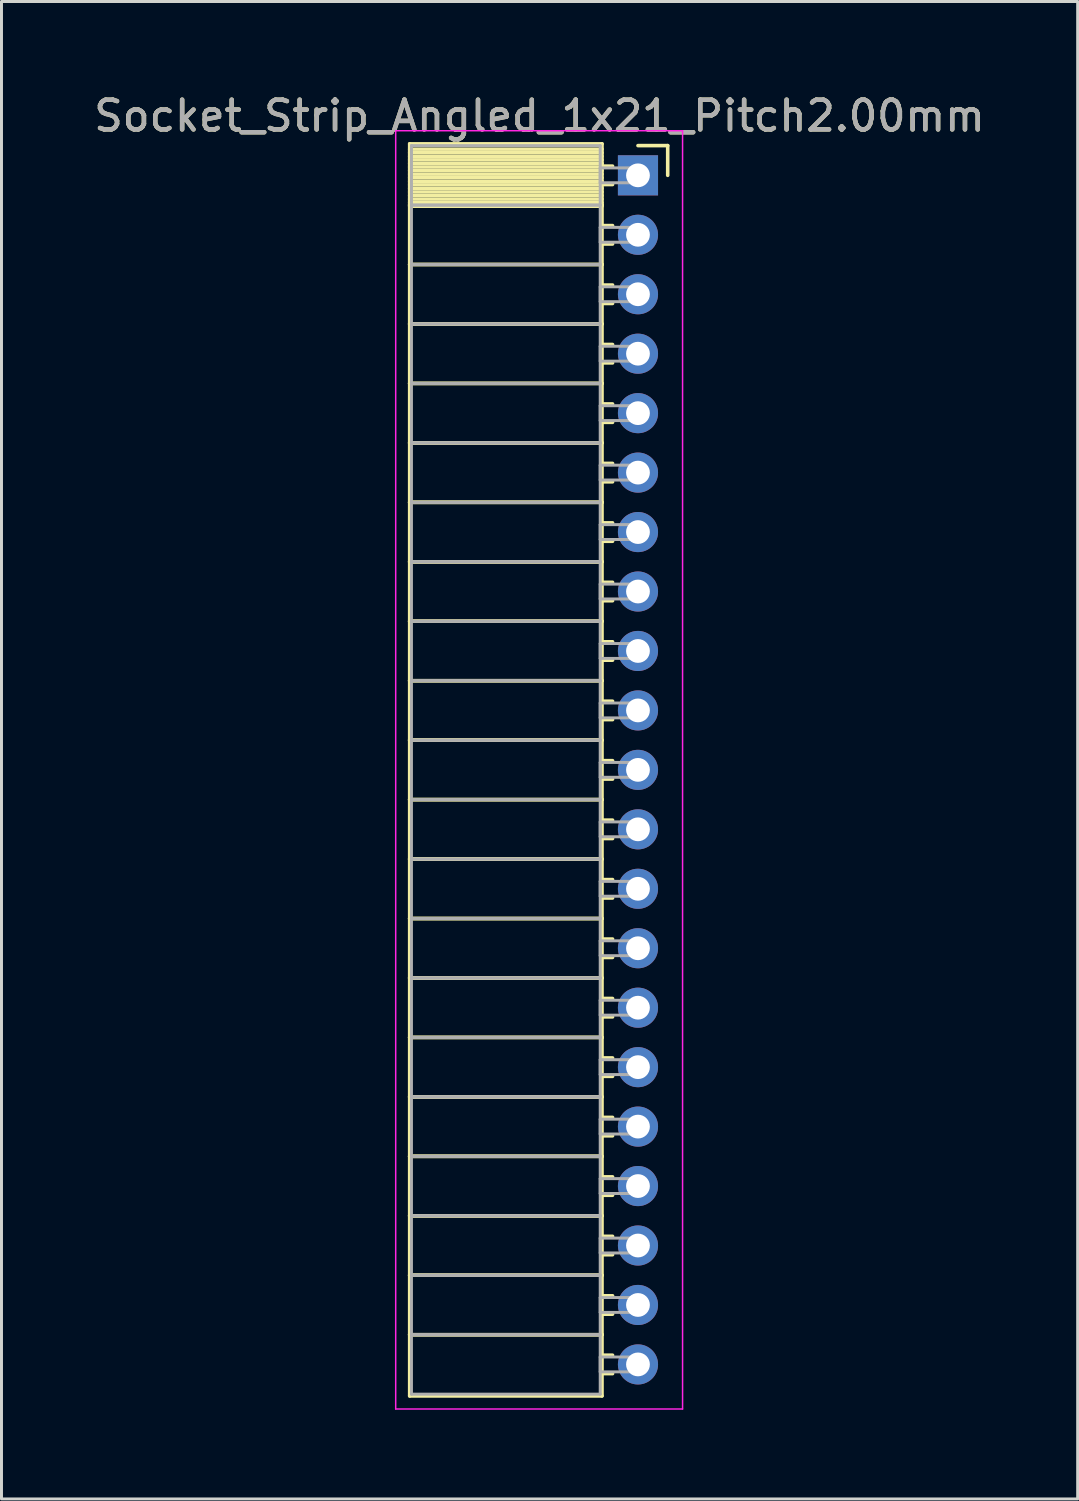
<source format=kicad_pcb>
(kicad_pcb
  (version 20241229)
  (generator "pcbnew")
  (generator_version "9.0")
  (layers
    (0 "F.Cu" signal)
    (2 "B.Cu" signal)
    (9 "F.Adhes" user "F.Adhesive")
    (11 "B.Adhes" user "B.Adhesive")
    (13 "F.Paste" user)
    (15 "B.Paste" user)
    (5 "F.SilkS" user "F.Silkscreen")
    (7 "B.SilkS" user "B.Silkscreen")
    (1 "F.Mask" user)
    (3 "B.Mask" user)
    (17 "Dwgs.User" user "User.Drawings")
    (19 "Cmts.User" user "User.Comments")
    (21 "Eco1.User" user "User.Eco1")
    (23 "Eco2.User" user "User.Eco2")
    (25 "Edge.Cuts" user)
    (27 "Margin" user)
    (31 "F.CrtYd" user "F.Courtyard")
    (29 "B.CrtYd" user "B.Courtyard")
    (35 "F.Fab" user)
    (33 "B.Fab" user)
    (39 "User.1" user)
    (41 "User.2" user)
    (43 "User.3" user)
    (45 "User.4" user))
  (footprint "Socket_Strip_Angled_1x21_Pitch2.00mm"
    (layer "F.Cu")
    (at 18.411 2.848)
    (property "Reference" "Socket_Strip_Angled_1x21_Pitch2.00mm" (at -3.31 -2 0) (layer "F.SilkS") (effects (font (size 1 1) (thickness 0.15))))
    (attr through_hole)
    (fp_line (start -7.68 -1.06) (end -1.21 -1.06) (stroke (width 0.12) (type solid)) (layer "F.SilkS"))
    (fp_line (start -7.68 1) (end -7.68 -1.06) (stroke (width 0.12) (type solid)) (layer "F.SilkS"))
    (fp_line (start -7.68 1) (end -1.21 1) (stroke (width 0.12) (type solid)) (layer "F.SilkS"))
    (fp_line (start -7.68 3) (end -7.68 1) (stroke (width 0.12) (type solid)) (layer "F.SilkS"))
    (fp_line (start -7.68 3) (end -1.21 3) (stroke (width 0.12) (type solid)) (layer "F.SilkS"))
    (fp_line (start -7.68 5) (end -7.68 3) (stroke (width 0.12) (type solid)) (layer "F.SilkS"))
    (fp_line (start -7.68 5) (end -1.21 5) (stroke (width 0.12) (type solid)) (layer "F.SilkS"))
    (fp_line (start -7.68 7) (end -7.68 5) (stroke (width 0.12) (type solid)) (layer "F.SilkS"))
    (fp_line (start -7.68 7) (end -1.21 7) (stroke (width 0.12) (type solid)) (layer "F.SilkS"))
    (fp_line (start -7.68 9) (end -7.68 7) (stroke (width 0.12) (type solid)) (layer "F.SilkS"))
    (fp_line (start -7.68 9) (end -1.21 9) (stroke (width 0.12) (type solid)) (layer "F.SilkS"))
    (fp_line (start -7.68 11) (end -7.68 9) (stroke (width 0.12) (type solid)) (layer "F.SilkS"))
    (fp_line (start -7.68 11) (end -1.21 11) (stroke (width 0.12) (type solid)) (layer "F.SilkS"))
    (fp_line (start -7.68 13) (end -7.68 11) (stroke (width 0.12) (type solid)) (layer "F.SilkS"))
    (fp_line (start -7.68 13) (end -1.21 13) (stroke (width 0.12) (type solid)) (layer "F.SilkS"))
    (fp_line (start -7.68 15) (end -7.68 13) (stroke (width 0.12) (type solid)) (layer "F.SilkS"))
    (fp_line (start -7.68 15) (end -1.21 15) (stroke (width 0.12) (type solid)) (layer "F.SilkS"))
    (fp_line (start -7.68 17) (end -7.68 15) (stroke (width 0.12) (type solid)) (layer "F.SilkS"))
    (fp_line (start -7.68 17) (end -1.21 17) (stroke (width 0.12) (type solid)) (layer "F.SilkS"))
    (fp_line (start -7.68 19) (end -7.68 17) (stroke (width 0.12) (type solid)) (layer "F.SilkS"))
    (fp_line (start -7.68 19) (end -1.21 19) (stroke (width 0.12) (type solid)) (layer "F.SilkS"))
    (fp_line (start -7.68 21) (end -7.68 19) (stroke (width 0.12) (type solid)) (layer "F.SilkS"))
    (fp_line (start -7.68 21) (end -1.21 21) (stroke (width 0.12) (type solid)) (layer "F.SilkS"))
    (fp_line (start -7.68 23) (end -7.68 21) (stroke (width 0.12) (type solid)) (layer "F.SilkS"))
    (fp_line (start -7.68 23) (end -1.21 23) (stroke (width 0.12) (type solid)) (layer "F.SilkS"))
    (fp_line (start -7.68 25) (end -7.68 23) (stroke (width 0.12) (type solid)) (layer "F.SilkS"))
    (fp_line (start -7.68 25) (end -1.21 25) (stroke (width 0.12) (type solid)) (layer "F.SilkS"))
    (fp_line (start -7.68 27) (end -7.68 25) (stroke (width 0.12) (type solid)) (layer "F.SilkS"))
    (fp_line (start -7.68 27) (end -1.21 27) (stroke (width 0.12) (type solid)) (layer "F.SilkS"))
    (fp_line (start -7.68 29) (end -7.68 27) (stroke (width 0.12) (type solid)) (layer "F.SilkS"))
    (fp_line (start -7.68 29) (end -1.21 29) (stroke (width 0.12) (type solid)) (layer "F.SilkS"))
    (fp_line (start -7.68 31) (end -7.68 29) (stroke (width 0.12) (type solid)) (layer "F.SilkS"))
    (fp_line (start -7.68 31) (end -1.21 31) (stroke (width 0.12) (type solid)) (layer "F.SilkS"))
    (fp_line (start -7.68 33) (end -7.68 31) (stroke (width 0.12) (type solid)) (layer "F.SilkS"))
    (fp_line (start -7.68 33) (end -1.21 33) (stroke (width 0.12) (type solid)) (layer "F.SilkS"))
    (fp_line (start -7.68 35) (end -7.68 33) (stroke (width 0.12) (type solid)) (layer "F.SilkS"))
    (fp_line (start -7.68 35) (end -1.21 35) (stroke (width 0.12) (type solid)) (layer "F.SilkS"))
    (fp_line (start -7.68 37) (end -7.68 35) (stroke (width 0.12) (type solid)) (layer "F.SilkS"))
    (fp_line (start -7.68 37) (end -1.21 37) (stroke (width 0.12) (type solid)) (layer "F.SilkS"))
    (fp_line (start -7.68 39) (end -7.68 37) (stroke (width 0.12) (type solid)) (layer "F.SilkS"))
    (fp_line (start -7.68 39) (end -1.21 39) (stroke (width 0.12) (type solid)) (layer "F.SilkS"))
    (fp_line (start -7.68 41.06) (end -7.68 39) (stroke (width 0.12) (type solid)) (layer "F.SilkS"))
    (fp_line (start -1.21 -1.06) (end -1.21 1) (stroke (width 0.12) (type solid)) (layer "F.SilkS"))
    (fp_line (start -1.21 -0.88) (end -7.68 -0.88) (stroke (width 0.12) (type solid)) (layer "F.SilkS"))
    (fp_line (start -1.21 -0.76) (end -7.68 -0.76) (stroke (width 0.12) (type solid)) (layer "F.SilkS"))
    (fp_line (start -1.21 -0.64) (end -7.68 -0.64) (stroke (width 0.12) (type solid)) (layer "F.SilkS"))
    (fp_line (start -1.21 -0.52) (end -7.68 -0.52) (stroke (width 0.12) (type solid)) (layer "F.SilkS"))
    (fp_line (start -1.21 -0.4) (end -7.68 -0.4) (stroke (width 0.12) (type solid)) (layer "F.SilkS"))
    (fp_line (start -1.21 -0.28) (end -7.68 -0.28) (stroke (width 0.12) (type solid)) (layer "F.SilkS"))
    (fp_line (start -1.21 -0.16) (end -7.68 -0.16) (stroke (width 0.12) (type solid)) (layer "F.SilkS"))
    (fp_line (start -1.21 -0.04) (end -7.68 -0.04) (stroke (width 0.12) (type solid)) (layer "F.SilkS"))
    (fp_line (start -1.21 0.08) (end -7.68 0.08) (stroke (width 0.12) (type solid)) (layer "F.SilkS"))
    (fp_line (start -1.21 0.2) (end -7.68 0.2) (stroke (width 0.12) (type solid)) (layer "F.SilkS"))
    (fp_line (start -1.21 0.32) (end -7.68 0.32) (stroke (width 0.12) (type solid)) (layer "F.SilkS"))
    (fp_line (start -1.21 0.44) (end -7.68 0.44) (stroke (width 0.12) (type solid)) (layer "F.SilkS"))
    (fp_line (start -1.21 0.56) (end -7.68 0.56) (stroke (width 0.12) (type solid)) (layer "F.SilkS"))
    (fp_line (start -1.21 0.68) (end -7.68 0.68) (stroke (width 0.12) (type solid)) (layer "F.SilkS"))
    (fp_line (start -1.21 0.8) (end -7.68 0.8) (stroke (width 0.12) (type solid)) (layer "F.SilkS"))
    (fp_line (start -1.21 0.92) (end -7.68 0.92) (stroke (width 0.12) (type solid)) (layer "F.SilkS"))
    (fp_line (start -1.21 1) (end -7.68 1) (stroke (width 0.12) (type solid)) (layer "F.SilkS"))
    (fp_line (start -1.21 1) (end -1.21 3) (stroke (width 0.12) (type solid)) (layer "F.SilkS"))
    (fp_line (start -1.21 1.04) (end -7.68 1.04) (stroke (width 0.12) (type solid)) (layer "F.SilkS"))
    (fp_line (start -1.21 3) (end -7.68 3) (stroke (width 0.12) (type solid)) (layer "F.SilkS"))
    (fp_line (start -1.21 3) (end -1.21 5) (stroke (width 0.12) (type solid)) (layer "F.SilkS"))
    (fp_line (start -1.21 5) (end -7.68 5) (stroke (width 0.12) (type solid)) (layer "F.SilkS"))
    (fp_line (start -1.21 5) (end -1.21 7) (stroke (width 0.12) (type solid)) (layer "F.SilkS"))
    (fp_line (start -1.21 7) (end -7.68 7) (stroke (width 0.12) (type solid)) (layer "F.SilkS"))
    (fp_line (start -1.21 7) (end -1.21 9) (stroke (width 0.12) (type solid)) (layer "F.SilkS"))
    (fp_line (start -1.21 9) (end -7.68 9) (stroke (width 0.12) (type solid)) (layer "F.SilkS"))
    (fp_line (start -1.21 9) (end -1.21 11) (stroke (width 0.12) (type solid)) (layer "F.SilkS"))
    (fp_line (start -1.21 11) (end -7.68 11) (stroke (width 0.12) (type solid)) (layer "F.SilkS"))
    (fp_line (start -1.21 11) (end -1.21 13) (stroke (width 0.12) (type solid)) (layer "F.SilkS"))
    (fp_line (start -1.21 13) (end -7.68 13) (stroke (width 0.12) (type solid)) (layer "F.SilkS"))
    (fp_line (start -1.21 13) (end -1.21 15) (stroke (width 0.12) (type solid)) (layer "F.SilkS"))
    (fp_line (start -1.21 15) (end -7.68 15) (stroke (width 0.12) (type solid)) (layer "F.SilkS"))
    (fp_line (start -1.21 15) (end -1.21 17) (stroke (width 0.12) (type solid)) (layer "F.SilkS"))
    (fp_line (start -1.21 17) (end -7.68 17) (stroke (width 0.12) (type solid)) (layer "F.SilkS"))
    (fp_line (start -1.21 17) (end -1.21 19) (stroke (width 0.12) (type solid)) (layer "F.SilkS"))
    (fp_line (start -1.21 19) (end -7.68 19) (stroke (width 0.12) (type solid)) (layer "F.SilkS"))
    (fp_line (start -1.21 19) (end -1.21 21) (stroke (width 0.12) (type solid)) (layer "F.SilkS"))
    (fp_line (start -1.21 21) (end -7.68 21) (stroke (width 0.12) (type solid)) (layer "F.SilkS"))
    (fp_line (start -1.21 21) (end -1.21 23) (stroke (width 0.12) (type solid)) (layer "F.SilkS"))
    (fp_line (start -1.21 23) (end -7.68 23) (stroke (width 0.12) (type solid)) (layer "F.SilkS"))
    (fp_line (start -1.21 23) (end -1.21 25) (stroke (width 0.12) (type solid)) (layer "F.SilkS"))
    (fp_line (start -1.21 25) (end -7.68 25) (stroke (width 0.12) (type solid)) (layer "F.SilkS"))
    (fp_line (start -1.21 25) (end -1.21 27) (stroke (width 0.12) (type solid)) (layer "F.SilkS"))
    (fp_line (start -1.21 27) (end -7.68 27) (stroke (width 0.12) (type solid)) (layer "F.SilkS"))
    (fp_line (start -1.21 27) (end -1.21 29) (stroke (width 0.12) (type solid)) (layer "F.SilkS"))
    (fp_line (start -1.21 29) (end -7.68 29) (stroke (width 0.12) (type solid)) (layer "F.SilkS"))
    (fp_line (start -1.21 29) (end -1.21 31) (stroke (width 0.12) (type solid)) (layer "F.SilkS"))
    (fp_line (start -1.21 31) (end -7.68 31) (stroke (width 0.12) (type solid)) (layer "F.SilkS"))
    (fp_line (start -1.21 31) (end -1.21 33) (stroke (width 0.12) (type solid)) (layer "F.SilkS"))
    (fp_line (start -1.21 33) (end -7.68 33) (stroke (width 0.12) (type solid)) (layer "F.SilkS"))
    (fp_line (start -1.21 33) (end -1.21 35) (stroke (width 0.12) (type solid)) (layer "F.SilkS"))
    (fp_line (start -1.21 35) (end -7.68 35) (stroke (width 0.12) (type solid)) (layer "F.SilkS"))
    (fp_line (start -1.21 35) (end -1.21 37) (stroke (width 0.12) (type solid)) (layer "F.SilkS"))
    (fp_line (start -1.21 37) (end -7.68 37) (stroke (width 0.12) (type solid)) (layer "F.SilkS"))
    (fp_line (start -1.21 37) (end -1.21 39) (stroke (width 0.12) (type solid)) (layer "F.SilkS"))
    (fp_line (start -1.21 39) (end -7.68 39) (stroke (width 0.12) (type solid)) (layer "F.SilkS"))
    (fp_line (start -1.21 39) (end -1.21 41.06) (stroke (width 0.12) (type solid)) (layer "F.SilkS"))
    (fp_line (start -1.21 41.06) (end -7.68 41.06) (stroke (width 0.12) (type solid)) (layer "F.SilkS"))
    (fp_line (start -0.855 -0.31) (end -1.21 -0.31) (stroke (width 0.12) (type solid)) (layer "F.SilkS"))
    (fp_line (start -0.855 0.31) (end -1.21 0.31) (stroke (width 0.12) (type solid)) (layer "F.SilkS"))
    (fp_line (start -0.855 1.69) (end -1.21 1.69) (stroke (width 0.12) (type solid)) (layer "F.SilkS"))
    (fp_line (start -0.855 2.31) (end -1.21 2.31) (stroke (width 0.12) (type solid)) (layer "F.SilkS"))
    (fp_line (start -0.855 3.69) (end -1.21 3.69) (stroke (width 0.12) (type solid)) (layer "F.SilkS"))
    (fp_line (start -0.855 4.31) (end -1.21 4.31) (stroke (width 0.12) (type solid)) (layer "F.SilkS"))
    (fp_line (start -0.855 5.69) (end -1.21 5.69) (stroke (width 0.12) (type solid)) (layer "F.SilkS"))
    (fp_line (start -0.855 6.31) (end -1.21 6.31) (stroke (width 0.12) (type solid)) (layer "F.SilkS"))
    (fp_line (start -0.855 7.69) (end -1.21 7.69) (stroke (width 0.12) (type solid)) (layer "F.SilkS"))
    (fp_line (start -0.855 8.31) (end -1.21 8.31) (stroke (width 0.12) (type solid)) (layer "F.SilkS"))
    (fp_line (start -0.855 9.69) (end -1.21 9.69) (stroke (width 0.12) (type solid)) (layer "F.SilkS"))
    (fp_line (start -0.855 10.31) (end -1.21 10.31) (stroke (width 0.12) (type solid)) (layer "F.SilkS"))
    (fp_line (start -0.855 11.69) (end -1.21 11.69) (stroke (width 0.12) (type solid)) (layer "F.SilkS"))
    (fp_line (start -0.855 12.31) (end -1.21 12.31) (stroke (width 0.12) (type solid)) (layer "F.SilkS"))
    (fp_line (start -0.855 13.69) (end -1.21 13.69) (stroke (width 0.12) (type solid)) (layer "F.SilkS"))
    (fp_line (start -0.855 14.31) (end -1.21 14.31) (stroke (width 0.12) (type solid)) (layer "F.SilkS"))
    (fp_line (start -0.855 15.69) (end -1.21 15.69) (stroke (width 0.12) (type solid)) (layer "F.SilkS"))
    (fp_line (start -0.855 16.31) (end -1.21 16.31) (stroke (width 0.12) (type solid)) (layer "F.SilkS"))
    (fp_line (start -0.855 17.69) (end -1.21 17.69) (stroke (width 0.12) (type solid)) (layer "F.SilkS"))
    (fp_line (start -0.855 18.31) (end -1.21 18.31) (stroke (width 0.12) (type solid)) (layer "F.SilkS"))
    (fp_line (start -0.855 19.69) (end -1.21 19.69) (stroke (width 0.12) (type solid)) (layer "F.SilkS"))
    (fp_line (start -0.855 20.31) (end -1.21 20.31) (stroke (width 0.12) (type solid)) (layer "F.SilkS"))
    (fp_line (start -0.855 21.69) (end -1.21 21.69) (stroke (width 0.12) (type solid)) (layer "F.SilkS"))
    (fp_line (start -0.855 22.31) (end -1.21 22.31) (stroke (width 0.12) (type solid)) (layer "F.SilkS"))
    (fp_line (start -0.855 23.69) (end -1.21 23.69) (stroke (width 0.12) (type solid)) (layer "F.SilkS"))
    (fp_line (start -0.855 24.31) (end -1.21 24.31) (stroke (width 0.12) (type solid)) (layer "F.SilkS"))
    (fp_line (start -0.855 25.69) (end -1.21 25.69) (stroke (width 0.12) (type solid)) (layer "F.SilkS"))
    (fp_line (start -0.855 26.31) (end -1.21 26.31) (stroke (width 0.12) (type solid)) (layer "F.SilkS"))
    (fp_line (start -0.855 27.69) (end -1.21 27.69) (stroke (width 0.12) (type solid)) (layer "F.SilkS"))
    (fp_line (start -0.855 28.31) (end -1.21 28.31) (stroke (width 0.12) (type solid)) (layer "F.SilkS"))
    (fp_line (start -0.855 29.69) (end -1.21 29.69) (stroke (width 0.12) (type solid)) (layer "F.SilkS"))
    (fp_line (start -0.855 30.31) (end -1.21 30.31) (stroke (width 0.12) (type solid)) (layer "F.SilkS"))
    (fp_line (start -0.855 31.69) (end -1.21 31.69) (stroke (width 0.12) (type solid)) (layer "F.SilkS"))
    (fp_line (start -0.855 32.31) (end -1.21 32.31) (stroke (width 0.12) (type solid)) (layer "F.SilkS"))
    (fp_line (start -0.855 33.69) (end -1.21 33.69) (stroke (width 0.12) (type solid)) (layer "F.SilkS"))
    (fp_line (start -0.855 34.31) (end -1.21 34.31) (stroke (width 0.12) (type solid)) (layer "F.SilkS"))
    (fp_line (start -0.855 35.69) (end -1.21 35.69) (stroke (width 0.12) (type solid)) (layer "F.SilkS"))
    (fp_line (start -0.855 36.31) (end -1.21 36.31) (stroke (width 0.12) (type solid)) (layer "F.SilkS"))
    (fp_line (start -0.855 37.69) (end -1.21 37.69) (stroke (width 0.12) (type solid)) (layer "F.SilkS"))
    (fp_line (start -0.855 38.31) (end -1.21 38.31) (stroke (width 0.12) (type solid)) (layer "F.SilkS"))
    (fp_line (start -0.855 39.69) (end -1.21 39.69) (stroke (width 0.12) (type solid)) (layer "F.SilkS"))
    (fp_line (start -0.855 40.31) (end -1.21 40.31) (stroke (width 0.12) (type solid)) (layer "F.SilkS"))
    (fp_line (start 0 -1) (end 1 -1) (stroke (width 0.12) (type solid)) (layer "F.SilkS"))
    (fp_line (start 1 -1) (end 1 0) (stroke (width 0.12) (type solid)) (layer "F.SilkS"))
    (fp_line (start -8.15 -1.5) (end 1.5 -1.5) (stroke (width 0.05) (type solid)) (layer "F.CrtYd"))
    (fp_line (start -8.15 41.5) (end -8.15 -1.5) (stroke (width 0.05) (type solid)) (layer "F.CrtYd"))
    (fp_line (start 1.5 -1.5) (end 1.5 41.5) (stroke (width 0.05) (type solid)) (layer "F.CrtYd"))
    (fp_line (start 1.5 41.5) (end -8.15 41.5) (stroke (width 0.05) (type solid)) (layer "F.CrtYd"))
    (fp_line (start -7.62 -1) (end -1.27 -1) (stroke (width 0.1) (type solid)) (layer "F.Fab"))
    (fp_line (start -7.62 1) (end -7.62 -1) (stroke (width 0.1) (type solid)) (layer "F.Fab"))
    (fp_line (start -7.62 1) (end -1.27 1) (stroke (width 0.1) (type solid)) (layer "F.Fab"))
    (fp_line (start -7.62 3) (end -7.62 1) (stroke (width 0.1) (type solid)) (layer "F.Fab"))
    (fp_line (start -7.62 3) (end -1.27 3) (stroke (width 0.1) (type solid)) (layer "F.Fab"))
    (fp_line (start -7.62 5) (end -7.62 3) (stroke (width 0.1) (type solid)) (layer "F.Fab"))
    (fp_line (start -7.62 5) (end -1.27 5) (stroke (width 0.1) (type solid)) (layer "F.Fab"))
    (fp_line (start -7.62 7) (end -7.62 5) (stroke (width 0.1) (type solid)) (layer "F.Fab"))
    (fp_line (start -7.62 7) (end -1.27 7) (stroke (width 0.1) (type solid)) (layer "F.Fab"))
    (fp_line (start -7.62 9) (end -7.62 7) (stroke (width 0.1) (type solid)) (layer "F.Fab"))
    (fp_line (start -7.62 9) (end -1.27 9) (stroke (width 0.1) (type solid)) (layer "F.Fab"))
    (fp_line (start -7.62 11) (end -7.62 9) (stroke (width 0.1) (type solid)) (layer "F.Fab"))
    (fp_line (start -7.62 11) (end -1.27 11) (stroke (width 0.1) (type solid)) (layer "F.Fab"))
    (fp_line (start -7.62 13) (end -7.62 11) (stroke (width 0.1) (type solid)) (layer "F.Fab"))
    (fp_line (start -7.62 13) (end -1.27 13) (stroke (width 0.1) (type solid)) (layer "F.Fab"))
    (fp_line (start -7.62 15) (end -7.62 13) (stroke (width 0.1) (type solid)) (layer "F.Fab"))
    (fp_line (start -7.62 15) (end -1.27 15) (stroke (width 0.1) (type solid)) (layer "F.Fab"))
    (fp_line (start -7.62 17) (end -7.62 15) (stroke (width 0.1) (type solid)) (layer "F.Fab"))
    (fp_line (start -7.62 17) (end -1.27 17) (stroke (width 0.1) (type solid)) (layer "F.Fab"))
    (fp_line (start -7.62 19) (end -7.62 17) (stroke (width 0.1) (type solid)) (layer "F.Fab"))
    (fp_line (start -7.62 19) (end -1.27 19) (stroke (width 0.1) (type solid)) (layer "F.Fab"))
    (fp_line (start -7.62 21) (end -7.62 19) (stroke (width 0.1) (type solid)) (layer "F.Fab"))
    (fp_line (start -7.62 21) (end -1.27 21) (stroke (width 0.1) (type solid)) (layer "F.Fab"))
    (fp_line (start -7.62 23) (end -7.62 21) (stroke (width 0.1) (type solid)) (layer "F.Fab"))
    (fp_line (start -7.62 23) (end -1.27 23) (stroke (width 0.1) (type solid)) (layer "F.Fab"))
    (fp_line (start -7.62 25) (end -7.62 23) (stroke (width 0.1) (type solid)) (layer "F.Fab"))
    (fp_line (start -7.62 25) (end -1.27 25) (stroke (width 0.1) (type solid)) (layer "F.Fab"))
    (fp_line (start -7.62 27) (end -7.62 25) (stroke (width 0.1) (type solid)) (layer "F.Fab"))
    (fp_line (start -7.62 27) (end -1.27 27) (stroke (width 0.1) (type solid)) (layer "F.Fab"))
    (fp_line (start -7.62 29) (end -7.62 27) (stroke (width 0.1) (type solid)) (layer "F.Fab"))
    (fp_line (start -7.62 29) (end -1.27 29) (stroke (width 0.1) (type solid)) (layer "F.Fab"))
    (fp_line (start -7.62 31) (end -7.62 29) (stroke (width 0.1) (type solid)) (layer "F.Fab"))
    (fp_line (start -7.62 31) (end -1.27 31) (stroke (width 0.1) (type solid)) (layer "F.Fab"))
    (fp_line (start -7.62 33) (end -7.62 31) (stroke (width 0.1) (type solid)) (layer "F.Fab"))
    (fp_line (start -7.62 33) (end -1.27 33) (stroke (width 0.1) (type solid)) (layer "F.Fab"))
    (fp_line (start -7.62 35) (end -7.62 33) (stroke (width 0.1) (type solid)) (layer "F.Fab"))
    (fp_line (start -7.62 35) (end -1.27 35) (stroke (width 0.1) (type solid)) (layer "F.Fab"))
    (fp_line (start -7.62 37) (end -7.62 35) (stroke (width 0.1) (type solid)) (layer "F.Fab"))
    (fp_line (start -7.62 37) (end -1.27 37) (stroke (width 0.1) (type solid)) (layer "F.Fab"))
    (fp_line (start -7.62 39) (end -7.62 37) (stroke (width 0.1) (type solid)) (layer "F.Fab"))
    (fp_line (start -7.62 39) (end -1.27 39) (stroke (width 0.1) (type solid)) (layer "F.Fab"))
    (fp_line (start -7.62 41) (end -7.62 39) (stroke (width 0.1) (type solid)) (layer "F.Fab"))
    (fp_line (start -1.27 -1) (end -1.27 1) (stroke (width 0.1) (type solid)) (layer "F.Fab"))
    (fp_line (start -1.27 -0.25) (end 0 -0.25) (stroke (width 0.1) (type solid)) (layer "F.Fab"))
    (fp_line (start -1.27 0.25) (end -1.27 -0.25) (stroke (width 0.1) (type solid)) (layer "F.Fab"))
    (fp_line (start -1.27 1) (end -7.62 1) (stroke (width 0.1) (type solid)) (layer "F.Fab"))
    (fp_line (start -1.27 1) (end -1.27 3) (stroke (width 0.1) (type solid)) (layer "F.Fab"))
    (fp_line (start -1.27 1.75) (end 0 1.75) (stroke (width 0.1) (type solid)) (layer "F.Fab"))
    (fp_line (start -1.27 2.25) (end -1.27 1.75) (stroke (width 0.1) (type solid)) (layer "F.Fab"))
    (fp_line (start -1.27 3) (end -7.62 3) (stroke (width 0.1) (type solid)) (layer "F.Fab"))
    (fp_line (start -1.27 3) (end -1.27 5) (stroke (width 0.1) (type solid)) (layer "F.Fab"))
    (fp_line (start -1.27 3.75) (end 0 3.75) (stroke (width 0.1) (type solid)) (layer "F.Fab"))
    (fp_line (start -1.27 4.25) (end -1.27 3.75) (stroke (width 0.1) (type solid)) (layer "F.Fab"))
    (fp_line (start -1.27 5) (end -7.62 5) (stroke (width 0.1) (type solid)) (layer "F.Fab"))
    (fp_line (start -1.27 5) (end -1.27 7) (stroke (width 0.1) (type solid)) (layer "F.Fab"))
    (fp_line (start -1.27 5.75) (end 0 5.75) (stroke (width 0.1) (type solid)) (layer "F.Fab"))
    (fp_line (start -1.27 6.25) (end -1.27 5.75) (stroke (width 0.1) (type solid)) (layer "F.Fab"))
    (fp_line (start -1.27 7) (end -7.62 7) (stroke (width 0.1) (type solid)) (layer "F.Fab"))
    (fp_line (start -1.27 7) (end -1.27 9) (stroke (width 0.1) (type solid)) (layer "F.Fab"))
    (fp_line (start -1.27 7.75) (end 0 7.75) (stroke (width 0.1) (type solid)) (layer "F.Fab"))
    (fp_line (start -1.27 8.25) (end -1.27 7.75) (stroke (width 0.1) (type solid)) (layer "F.Fab"))
    (fp_line (start -1.27 9) (end -7.62 9) (stroke (width 0.1) (type solid)) (layer "F.Fab"))
    (fp_line (start -1.27 9) (end -1.27 11) (stroke (width 0.1) (type solid)) (layer "F.Fab"))
    (fp_line (start -1.27 9.75) (end 0 9.75) (stroke (width 0.1) (type solid)) (layer "F.Fab"))
    (fp_line (start -1.27 10.25) (end -1.27 9.75) (stroke (width 0.1) (type solid)) (layer "F.Fab"))
    (fp_line (start -1.27 11) (end -7.62 11) (stroke (width 0.1) (type solid)) (layer "F.Fab"))
    (fp_line (start -1.27 11) (end -1.27 13) (stroke (width 0.1) (type solid)) (layer "F.Fab"))
    (fp_line (start -1.27 11.75) (end 0 11.75) (stroke (width 0.1) (type solid)) (layer "F.Fab"))
    (fp_line (start -1.27 12.25) (end -1.27 11.75) (stroke (width 0.1) (type solid)) (layer "F.Fab"))
    (fp_line (start -1.27 13) (end -7.62 13) (stroke (width 0.1) (type solid)) (layer "F.Fab"))
    (fp_line (start -1.27 13) (end -1.27 15) (stroke (width 0.1) (type solid)) (layer "F.Fab"))
    (fp_line (start -1.27 13.75) (end 0 13.75) (stroke (width 0.1) (type solid)) (layer "F.Fab"))
    (fp_line (start -1.27 14.25) (end -1.27 13.75) (stroke (width 0.1) (type solid)) (layer "F.Fab"))
    (fp_line (start -1.27 15) (end -7.62 15) (stroke (width 0.1) (type solid)) (layer "F.Fab"))
    (fp_line (start -1.27 15) (end -1.27 17) (stroke (width 0.1) (type solid)) (layer "F.Fab"))
    (fp_line (start -1.27 15.75) (end 0 15.75) (stroke (width 0.1) (type solid)) (layer "F.Fab"))
    (fp_line (start -1.27 16.25) (end -1.27 15.75) (stroke (width 0.1) (type solid)) (layer "F.Fab"))
    (fp_line (start -1.27 17) (end -7.62 17) (stroke (width 0.1) (type solid)) (layer "F.Fab"))
    (fp_line (start -1.27 17) (end -1.27 19) (stroke (width 0.1) (type solid)) (layer "F.Fab"))
    (fp_line (start -1.27 17.75) (end 0 17.75) (stroke (width 0.1) (type solid)) (layer "F.Fab"))
    (fp_line (start -1.27 18.25) (end -1.27 17.75) (stroke (width 0.1) (type solid)) (layer "F.Fab"))
    (fp_line (start -1.27 19) (end -7.62 19) (stroke (width 0.1) (type solid)) (layer "F.Fab"))
    (fp_line (start -1.27 19) (end -1.27 21) (stroke (width 0.1) (type solid)) (layer "F.Fab"))
    (fp_line (start -1.27 19.75) (end 0 19.75) (stroke (width 0.1) (type solid)) (layer "F.Fab"))
    (fp_line (start -1.27 20.25) (end -1.27 19.75) (stroke (width 0.1) (type solid)) (layer "F.Fab"))
    (fp_line (start -1.27 21) (end -7.62 21) (stroke (width 0.1) (type solid)) (layer "F.Fab"))
    (fp_line (start -1.27 21) (end -1.27 23) (stroke (width 0.1) (type solid)) (layer "F.Fab"))
    (fp_line (start -1.27 21.75) (end 0 21.75) (stroke (width 0.1) (type solid)) (layer "F.Fab"))
    (fp_line (start -1.27 22.25) (end -1.27 21.75) (stroke (width 0.1) (type solid)) (layer "F.Fab"))
    (fp_line (start -1.27 23) (end -7.62 23) (stroke (width 0.1) (type solid)) (layer "F.Fab"))
    (fp_line (start -1.27 23) (end -1.27 25) (stroke (width 0.1) (type solid)) (layer "F.Fab"))
    (fp_line (start -1.27 23.75) (end 0 23.75) (stroke (width 0.1) (type solid)) (layer "F.Fab"))
    (fp_line (start -1.27 24.25) (end -1.27 23.75) (stroke (width 0.1) (type solid)) (layer "F.Fab"))
    (fp_line (start -1.27 25) (end -7.62 25) (stroke (width 0.1) (type solid)) (layer "F.Fab"))
    (fp_line (start -1.27 25) (end -1.27 27) (stroke (width 0.1) (type solid)) (layer "F.Fab"))
    (fp_line (start -1.27 25.75) (end 0 25.75) (stroke (width 0.1) (type solid)) (layer "F.Fab"))
    (fp_line (start -1.27 26.25) (end -1.27 25.75) (stroke (width 0.1) (type solid)) (layer "F.Fab"))
    (fp_line (start -1.27 27) (end -7.62 27) (stroke (width 0.1) (type solid)) (layer "F.Fab"))
    (fp_line (start -1.27 27) (end -1.27 29) (stroke (width 0.1) (type solid)) (layer "F.Fab"))
    (fp_line (start -1.27 27.75) (end 0 27.75) (stroke (width 0.1) (type solid)) (layer "F.Fab"))
    (fp_line (start -1.27 28.25) (end -1.27 27.75) (stroke (width 0.1) (type solid)) (layer "F.Fab"))
    (fp_line (start -1.27 29) (end -7.62 29) (stroke (width 0.1) (type solid)) (layer "F.Fab"))
    (fp_line (start -1.27 29) (end -1.27 31) (stroke (width 0.1) (type solid)) (layer "F.Fab"))
    (fp_line (start -1.27 29.75) (end 0 29.75) (stroke (width 0.1) (type solid)) (layer "F.Fab"))
    (fp_line (start -1.27 30.25) (end -1.27 29.75) (stroke (width 0.1) (type solid)) (layer "F.Fab"))
    (fp_line (start -1.27 31) (end -7.62 31) (stroke (width 0.1) (type solid)) (layer "F.Fab"))
    (fp_line (start -1.27 31) (end -1.27 33) (stroke (width 0.1) (type solid)) (layer "F.Fab"))
    (fp_line (start -1.27 31.75) (end 0 31.75) (stroke (width 0.1) (type solid)) (layer "F.Fab"))
    (fp_line (start -1.27 32.25) (end -1.27 31.75) (stroke (width 0.1) (type solid)) (layer "F.Fab"))
    (fp_line (start -1.27 33) (end -7.62 33) (stroke (width 0.1) (type solid)) (layer "F.Fab"))
    (fp_line (start -1.27 33) (end -1.27 35) (stroke (width 0.1) (type solid)) (layer "F.Fab"))
    (fp_line (start -1.27 33.75) (end 0 33.75) (stroke (width 0.1) (type solid)) (layer "F.Fab"))
    (fp_line (start -1.27 34.25) (end -1.27 33.75) (stroke (width 0.1) (type solid)) (layer "F.Fab"))
    (fp_line (start -1.27 35) (end -7.62 35) (stroke (width 0.1) (type solid)) (layer "F.Fab"))
    (fp_line (start -1.27 35) (end -1.27 37) (stroke (width 0.1) (type solid)) (layer "F.Fab"))
    (fp_line (start -1.27 35.75) (end 0 35.75) (stroke (width 0.1) (type solid)) (layer "F.Fab"))
    (fp_line (start -1.27 36.25) (end -1.27 35.75) (stroke (width 0.1) (type solid)) (layer "F.Fab"))
    (fp_line (start -1.27 37) (end -7.62 37) (stroke (width 0.1) (type solid)) (layer "F.Fab"))
    (fp_line (start -1.27 37) (end -1.27 39) (stroke (width 0.1) (type solid)) (layer "F.Fab"))
    (fp_line (start -1.27 37.75) (end 0 37.75) (stroke (width 0.1) (type solid)) (layer "F.Fab"))
    (fp_line (start -1.27 38.25) (end -1.27 37.75) (stroke (width 0.1) (type solid)) (layer "F.Fab"))
    (fp_line (start -1.27 39) (end -7.62 39) (stroke (width 0.1) (type solid)) (layer "F.Fab"))
    (fp_line (start -1.27 39) (end -1.27 41) (stroke (width 0.1) (type solid)) (layer "F.Fab"))
    (fp_line (start -1.27 39.75) (end 0 39.75) (stroke (width 0.1) (type solid)) (layer "F.Fab"))
    (fp_line (start -1.27 40.25) (end -1.27 39.75) (stroke (width 0.1) (type solid)) (layer "F.Fab"))
    (fp_line (start -1.27 41) (end -7.62 41) (stroke (width 0.1) (type solid)) (layer "F.Fab"))
    (fp_line (start 0 -0.25) (end 0 0.25) (stroke (width 0.1) (type solid)) (layer "F.Fab"))
    (fp_line (start 0 0.25) (end -1.27 0.25) (stroke (width 0.1) (type solid)) (layer "F.Fab"))
    (fp_line (start 0 1.75) (end 0 2.25) (stroke (width 0.1) (type solid)) (layer "F.Fab"))
    (fp_line (start 0 2.25) (end -1.27 2.25) (stroke (width 0.1) (type solid)) (layer "F.Fab"))
    (fp_line (start 0 3.75) (end 0 4.25) (stroke (width 0.1) (type solid)) (layer "F.Fab"))
    (fp_line (start 0 4.25) (end -1.27 4.25) (stroke (width 0.1) (type solid)) (layer "F.Fab"))
    (fp_line (start 0 5.75) (end 0 6.25) (stroke (width 0.1) (type solid)) (layer "F.Fab"))
    (fp_line (start 0 6.25) (end -1.27 6.25) (stroke (width 0.1) (type solid)) (layer "F.Fab"))
    (fp_line (start 0 7.75) (end 0 8.25) (stroke (width 0.1) (type solid)) (layer "F.Fab"))
    (fp_line (start 0 8.25) (end -1.27 8.25) (stroke (width 0.1) (type solid)) (layer "F.Fab"))
    (fp_line (start 0 9.75) (end 0 10.25) (stroke (width 0.1) (type solid)) (layer "F.Fab"))
    (fp_line (start 0 10.25) (end -1.27 10.25) (stroke (width 0.1) (type solid)) (layer "F.Fab"))
    (fp_line (start 0 11.75) (end 0 12.25) (stroke (width 0.1) (type solid)) (layer "F.Fab"))
    (fp_line (start 0 12.25) (end -1.27 12.25) (stroke (width 0.1) (type solid)) (layer "F.Fab"))
    (fp_line (start 0 13.75) (end 0 14.25) (stroke (width 0.1) (type solid)) (layer "F.Fab"))
    (fp_line (start 0 14.25) (end -1.27 14.25) (stroke (width 0.1) (type solid)) (layer "F.Fab"))
    (fp_line (start 0 15.75) (end 0 16.25) (stroke (width 0.1) (type solid)) (layer "F.Fab"))
    (fp_line (start 0 16.25) (end -1.27 16.25) (stroke (width 0.1) (type solid)) (layer "F.Fab"))
    (fp_line (start 0 17.75) (end 0 18.25) (stroke (width 0.1) (type solid)) (layer "F.Fab"))
    (fp_line (start 0 18.25) (end -1.27 18.25) (stroke (width 0.1) (type solid)) (layer "F.Fab"))
    (fp_line (start 0 19.75) (end 0 20.25) (stroke (width 0.1) (type solid)) (layer "F.Fab"))
    (fp_line (start 0 20.25) (end -1.27 20.25) (stroke (width 0.1) (type solid)) (layer "F.Fab"))
    (fp_line (start 0 21.75) (end 0 22.25) (stroke (width 0.1) (type solid)) (layer "F.Fab"))
    (fp_line (start 0 22.25) (end -1.27 22.25) (stroke (width 0.1) (type solid)) (layer "F.Fab"))
    (fp_line (start 0 23.75) (end 0 24.25) (stroke (width 0.1) (type solid)) (layer "F.Fab"))
    (fp_line (start 0 24.25) (end -1.27 24.25) (stroke (width 0.1) (type solid)) (layer "F.Fab"))
    (fp_line (start 0 25.75) (end 0 26.25) (stroke (width 0.1) (type solid)) (layer "F.Fab"))
    (fp_line (start 0 26.25) (end -1.27 26.25) (stroke (width 0.1) (type solid)) (layer "F.Fab"))
    (fp_line (start 0 27.75) (end 0 28.25) (stroke (width 0.1) (type solid)) (layer "F.Fab"))
    (fp_line (start 0 28.25) (end -1.27 28.25) (stroke (width 0.1) (type solid)) (layer "F.Fab"))
    (fp_line (start 0 29.75) (end 0 30.25) (stroke (width 0.1) (type solid)) (layer "F.Fab"))
    (fp_line (start 0 30.25) (end -1.27 30.25) (stroke (width 0.1) (type solid)) (layer "F.Fab"))
    (fp_line (start 0 31.75) (end 0 32.25) (stroke (width 0.1) (type solid)) (layer "F.Fab"))
    (fp_line (start 0 32.25) (end -1.27 32.25) (stroke (width 0.1) (type solid)) (layer "F.Fab"))
    (fp_line (start 0 33.75) (end 0 34.25) (stroke (width 0.1) (type solid)) (layer "F.Fab"))
    (fp_line (start 0 34.25) (end -1.27 34.25) (stroke (width 0.1) (type solid)) (layer "F.Fab"))
    (fp_line (start 0 35.75) (end 0 36.25) (stroke (width 0.1) (type solid)) (layer "F.Fab"))
    (fp_line (start 0 36.25) (end -1.27 36.25) (stroke (width 0.1) (type solid)) (layer "F.Fab"))
    (fp_line (start 0 37.75) (end 0 38.25) (stroke (width 0.1) (type solid)) (layer "F.Fab"))
    (fp_line (start 0 38.25) (end -1.27 38.25) (stroke (width 0.1) (type solid)) (layer "F.Fab"))
    (fp_line (start 0 39.75) (end 0 40.25) (stroke (width 0.1) (type solid)) (layer "F.Fab"))
    (fp_line (start 0 40.25) (end -1.27 40.25) (stroke (width 0.1) (type solid)) (layer "F.Fab"))
    (fp_text user "${REFERENCE}" (at -3.31 -2 0) (layer "F.Fab") (effects (font (size 1 1) (thickness 0.15))))
    (pad "1" thru_hole rect (at 0 0) (size 1.35 1.35) (drill 0.8) (layers "*.Cu" "*.Mask"))
    (pad "2" thru_hole oval (at 0 2) (size 1.35 1.35) (drill 0.8) (layers "*.Cu" "*.Mask"))
    (pad "3" thru_hole oval (at 0 4) (size 1.35 1.35) (drill 0.8) (layers "*.Cu" "*.Mask"))
    (pad "4" thru_hole oval (at 0 6) (size 1.35 1.35) (drill 0.8) (layers "*.Cu" "*.Mask"))
    (pad "5" thru_hole oval (at 0 8) (size 1.35 1.35) (drill 0.8) (layers "*.Cu" "*.Mask"))
    (pad "6" thru_hole oval (at 0 10) (size 1.35 1.35) (drill 0.8) (layers "*.Cu" "*.Mask"))
    (pad "7" thru_hole oval (at 0 12) (size 1.35 1.35) (drill 0.8) (layers "*.Cu" "*.Mask"))
    (pad "8" thru_hole oval (at 0 14) (size 1.35 1.35) (drill 0.8) (layers "*.Cu" "*.Mask"))
    (pad "9" thru_hole oval (at 0 16) (size 1.35 1.35) (drill 0.8) (layers "*.Cu" "*.Mask"))
    (pad "10" thru_hole oval (at 0 18) (size 1.35 1.35) (drill 0.8) (layers "*.Cu" "*.Mask"))
    (pad "11" thru_hole oval (at 0 20) (size 1.35 1.35) (drill 0.8) (layers "*.Cu" "*.Mask"))
    (pad "12" thru_hole oval (at 0 22) (size 1.35 1.35) (drill 0.8) (layers "*.Cu" "*.Mask"))
    (pad "13" thru_hole oval (at 0 24) (size 1.35 1.35) (drill 0.8) (layers "*.Cu" "*.Mask"))
    (pad "14" thru_hole oval (at 0 26) (size 1.35 1.35) (drill 0.8) (layers "*.Cu" "*.Mask"))
    (pad "15" thru_hole oval (at 0 28) (size 1.35 1.35) (drill 0.8) (layers "*.Cu" "*.Mask"))
    (pad "16" thru_hole oval (at 0 30) (size 1.35 1.35) (drill 0.8) (layers "*.Cu" "*.Mask"))
    (pad "17" thru_hole oval (at 0 32) (size 1.35 1.35) (drill 0.8) (layers "*.Cu" "*.Mask"))
    (pad "18" thru_hole oval (at 0 34) (size 1.35 1.35) (drill 0.8) (layers "*.Cu" "*.Mask"))
    (pad "19" thru_hole oval (at 0 36) (size 1.35 1.35) (drill 0.8) (layers "*.Cu" "*.Mask"))
    (pad "20" thru_hole oval (at 0 38) (size 1.35 1.35) (drill 0.8) (layers "*.Cu" "*.Mask"))
    (pad "21" thru_hole oval (at 0 40) (size 1.35 1.35) (drill 0.8) (layers "*.Cu" "*.Mask")))
  (gr_rect
    (start -3 -3)
    (end 33.202 47.373)
    (stroke (width 0.1) (type default))
    (fill no)
    (layer "Edge.Cuts")))
</source>
